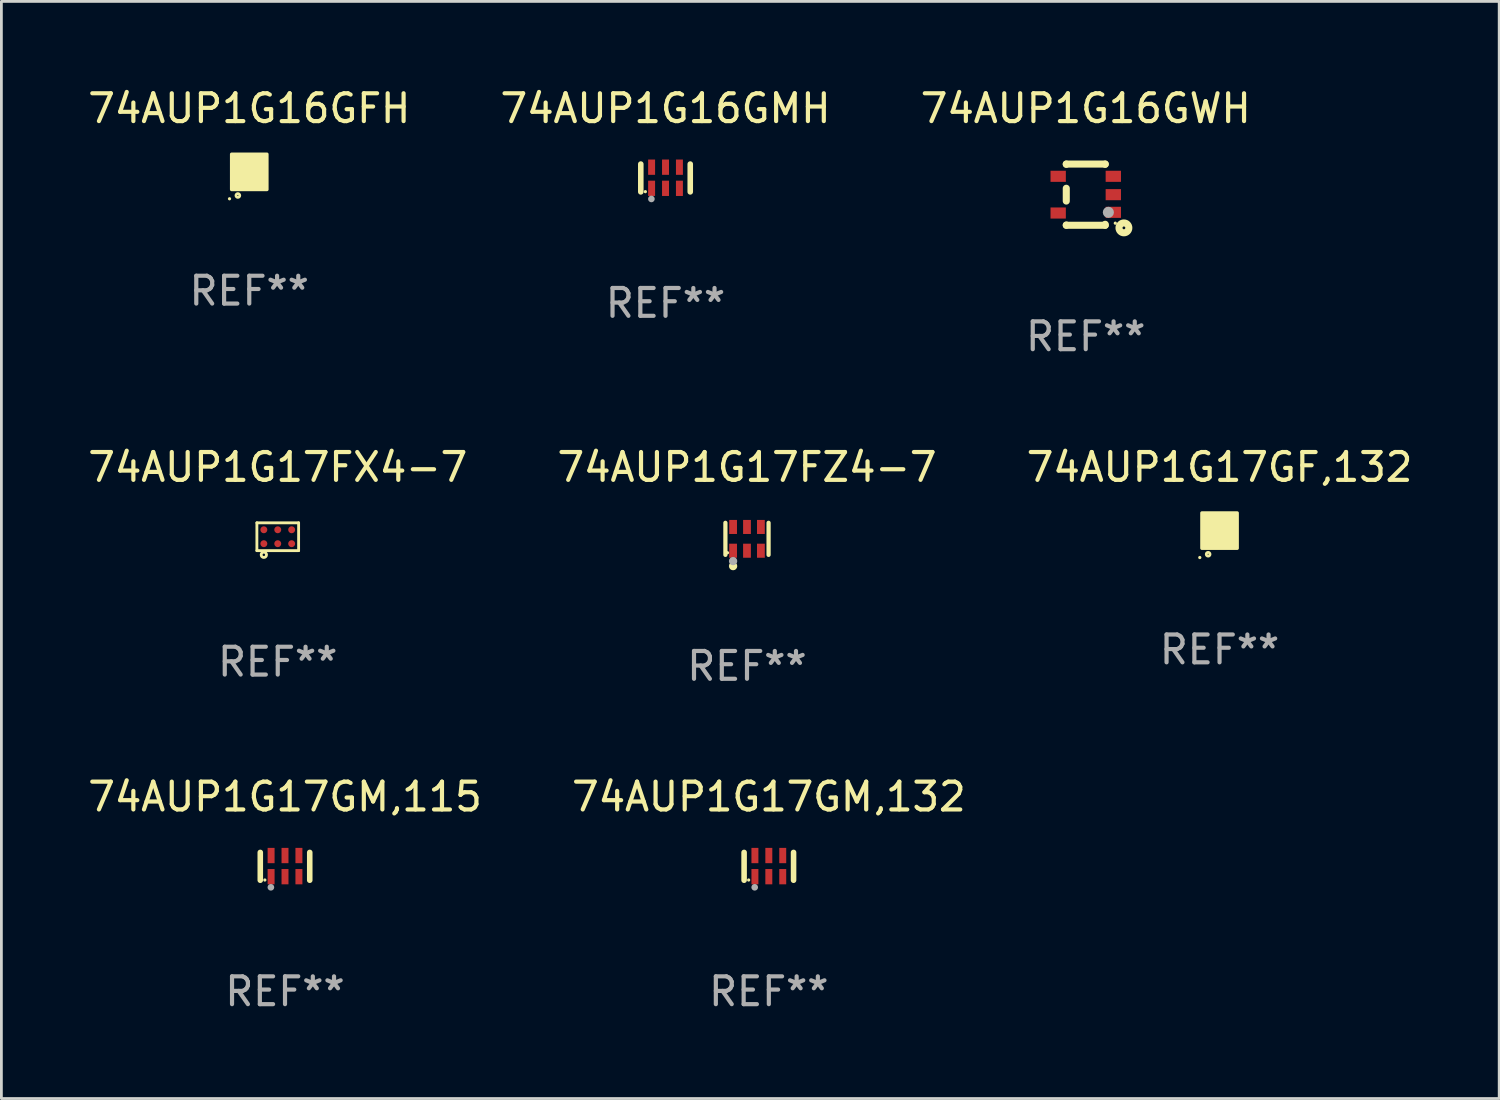
<source format=kicad_pcb>
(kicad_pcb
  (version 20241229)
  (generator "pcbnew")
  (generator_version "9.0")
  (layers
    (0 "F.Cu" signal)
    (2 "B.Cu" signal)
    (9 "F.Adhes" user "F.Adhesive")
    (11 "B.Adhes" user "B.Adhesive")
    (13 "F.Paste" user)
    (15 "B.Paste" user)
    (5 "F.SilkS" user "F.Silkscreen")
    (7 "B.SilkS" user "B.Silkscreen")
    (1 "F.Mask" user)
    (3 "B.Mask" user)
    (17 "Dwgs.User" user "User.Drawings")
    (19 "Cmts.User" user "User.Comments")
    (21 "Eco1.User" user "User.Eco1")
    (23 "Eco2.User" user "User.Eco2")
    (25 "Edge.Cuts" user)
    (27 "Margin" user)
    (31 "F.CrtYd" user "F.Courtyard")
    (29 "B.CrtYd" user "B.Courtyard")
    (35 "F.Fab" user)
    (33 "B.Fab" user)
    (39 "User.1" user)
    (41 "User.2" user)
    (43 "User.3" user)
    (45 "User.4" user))
  (footprint "74AUP1G17FZ4-7"
    (layer "F.Cu")
    (at 23.804 16.321)
    (property "Reference" "74AUP1G17FZ4-7" (at 0 -2.576 0) (layer "F.SilkS") (effects (font (size 1 1) (thickness 0.15))))
    (attr through_hole)
    (fp_line (start -0.776 0.576) (end -0.776 -0.576) (stroke (width 0.152) (type solid)) (layer "F.SilkS"))
    (fp_line (start 0.776 0.576) (end 0.776 -0.576) (stroke (width 0.152) (type solid)) (layer "F.SilkS"))
    (fp_circle (center -0.7 0.5) (end -0.67 0.5) (stroke (width 0.06) (type solid)) (fill no) (layer "F.SilkS"))
    (fp_circle (center -0.5 0.98) (end -0.425 0.98) (stroke (width 0.15) (type solid)) (fill no) (layer "F.SilkS"))
    (fp_circle (center -0.5 0.8) (end -0.425 0.8) (stroke (width 0.15) (type solid)) (fill no) (layer "F.Fab"))
    (fp_text user "REF**" (at 0 4.576 0) (layer "F.Fab") (effects (font (size 1 1) (thickness 0.15))))
    (pad "1" smd rect (at -0.5 0.427) (size 0.28 0.505) (layers "F.Cu" "F.Mask" "F.Paste"))
    (pad "2" smd rect (at 0 0.427) (size 0.28 0.505) (layers "F.Cu" "F.Mask" "F.Paste"))
    (pad "3" smd rect (at 0.5 0.427) (size 0.28 0.505) (layers "F.Cu" "F.Mask" "F.Paste"))
    (pad "4" smd rect (at 0.5 -0.427) (size 0.28 0.505) (layers "F.Cu" "F.Mask" "F.Paste"))
    (pad "5" smd rect (at 0 -0.427) (size 0.28 0.505) (layers "F.Cu" "F.Mask" "F.Paste"))
    (pad "6" smd rect (at -0.5 -0.427) (size 0.28 0.505) (layers "F.Cu" "F.Mask" "F.Paste")))
  (footprint "74AUP1G16GMH"
    (layer "F.Cu")
    (at 20.875 3.348)
    (property "Reference" "74AUP1G16GMH" (at 0 -2.5 0) (layer "F.SilkS") (effects (font (size 1 1) (thickness 0.15))))
    (attr through_hole)
    (fp_line (start -0.889 0.5) (end -0.889 -0.5) (stroke (width 0.2) (type solid)) (layer "F.SilkS"))
    (fp_line (start 0.889 0.5) (end 0.889 -0.5) (stroke (width 0.2) (type solid)) (layer "F.SilkS"))
    (fp_circle (center -0.725 0.492) (end -0.695 0.492) (stroke (width 0.06) (type solid)) (fill no) (layer "F.SilkS"))
    (fp_circle (center -0.508 0.754) (end -0.448 0.754) (stroke (width 0.12) (type solid)) (fill no) (layer "F.Fab"))
    (fp_text user "REF**" (at 0 4.5 0) (layer "F.Fab") (effects (font (size 1 1) (thickness 0.15))))
    (pad "1" smd rect (at -0.5 0.372) (size 0.25 0.55) (layers "F.Cu" "F.Mask" "F.Paste"))
    (pad "2" smd rect (at -0.000127 0.372) (size 0.25 0.55) (layers "F.Cu" "F.Mask" "F.Paste"))
    (pad "3" smd rect (at 0.5 0.372) (size 0.25 0.55) (layers "F.Cu" "F.Mask" "F.Paste"))
    (pad "4" smd rect (at 0.5 -0.388 180) (size 0.25 0.55) (layers "F.Cu" "F.Mask" "F.Paste"))
    (pad "5" smd rect (at -0.000127 -0.388 180) (size 0.25 0.55) (layers "F.Cu" "F.Mask" "F.Paste"))
    (pad "6" smd rect (at -0.5 -0.388 180) (size 0.25 0.55) (layers "F.Cu" "F.Mask" "F.Paste")))
  (footprint "74AUP1G17GM,115"
    (layer "F.Cu")
    (at 7.196 28.094)
    (property "Reference" "74AUP1G17GM,115" (at 0 -2.5 0) (layer "F.SilkS") (effects (font (size 1 1) (thickness 0.15))))
    (attr through_hole)
    (fp_line (start -0.889 0.5) (end -0.889 -0.5) (stroke (width 0.2) (type solid)) (layer "F.SilkS"))
    (fp_line (start 0.889 0.5) (end 0.889 -0.5) (stroke (width 0.2) (type solid)) (layer "F.SilkS"))
    (fp_circle (center -0.725 0.492) (end -0.695 0.492) (stroke (width 0.06) (type solid)) (fill no) (layer "F.SilkS"))
    (fp_circle (center -0.508 0.754) (end -0.448 0.754) (stroke (width 0.12) (type solid)) (fill no) (layer "F.Fab"))
    (fp_text user "REF**" (at 0 4.5 0) (layer "F.Fab") (effects (font (size 1 1) (thickness 0.15))))
    (pad "1" smd rect (at -0.5 0.372) (size 0.25 0.55) (layers "F.Cu" "F.Mask" "F.Paste"))
    (pad "2" smd rect (at -0.000127 0.372) (size 0.25 0.55) (layers "F.Cu" "F.Mask" "F.Paste"))
    (pad "3" smd rect (at 0.5 0.372) (size 0.25 0.55) (layers "F.Cu" "F.Mask" "F.Paste"))
    (pad "4" smd rect (at 0.5 -0.388 180) (size 0.25 0.55) (layers "F.Cu" "F.Mask" "F.Paste"))
    (pad "5" smd rect (at -0.000127 -0.388 180) (size 0.25 0.55) (layers "F.Cu" "F.Mask" "F.Paste"))
    (pad "6" smd rect (at -0.5 -0.388 180) (size 0.25 0.55) (layers "F.Cu" "F.Mask" "F.Paste")))
  (footprint "74AUP1G17GM,132"
    (layer "F.Cu")
    (at 24.589 28.094)
    (property "Reference" "74AUP1G17GM,132" (at 0 -2.5 0) (layer "F.SilkS") (effects (font (size 1 1) (thickness 0.15))))
    (attr through_hole)
    (fp_line (start -0.889 0.5) (end -0.889 -0.5) (stroke (width 0.2) (type solid)) (layer "F.SilkS"))
    (fp_line (start 0.889 0.5) (end 0.889 -0.5) (stroke (width 0.2) (type solid)) (layer "F.SilkS"))
    (fp_circle (center -0.725 0.492) (end -0.695 0.492) (stroke (width 0.06) (type solid)) (fill no) (layer "F.SilkS"))
    (fp_circle (center -0.508 0.754) (end -0.448 0.754) (stroke (width 0.12) (type solid)) (fill no) (layer "F.Fab"))
    (fp_text user "REF**" (at 0 4.5 0) (layer "F.Fab") (effects (font (size 1 1) (thickness 0.15))))
    (pad "1" smd rect (at -0.5 0.372) (size 0.25 0.55) (layers "F.Cu" "F.Mask" "F.Paste"))
    (pad "2" smd rect (at -0.000127 0.372) (size 0.25 0.55) (layers "F.Cu" "F.Mask" "F.Paste"))
    (pad "3" smd rect (at 0.5 0.372) (size 0.25 0.55) (layers "F.Cu" "F.Mask" "F.Paste"))
    (pad "4" smd rect (at 0.5 -0.388 180) (size 0.25 0.55) (layers "F.Cu" "F.Mask" "F.Paste"))
    (pad "5" smd rect (at -0.000127 -0.388 180) (size 0.25 0.55) (layers "F.Cu" "F.Mask" "F.Paste"))
    (pad "6" smd rect (at -0.5 -0.388 180) (size 0.25 0.55) (layers "F.Cu" "F.Mask" "F.Paste")))
  (footprint "74AUP1G17FX4-7"
    (layer "F.Cu")
    (at 6.935 16.245)
    (property "Reference" "74AUP1G17FX4-7" (at 0 -2.5 0) (layer "F.SilkS") (effects (font (size 1 1) (thickness 0.15))))
    (attr through_hole)
    (fp_line (start -0.75 -0.5) (end 0.75 -0.5) (stroke (width 0.102) (type solid)) (layer "F.SilkS"))
    (fp_line (start -0.75 0.5) (end -0.75 -0.5) (stroke (width 0.102) (type solid)) (layer "F.SilkS"))
    (fp_line (start -0.75 0.5) (end 0.75 0.5) (stroke (width 0.102) (type solid)) (layer "F.SilkS"))
    (fp_line (start 0.75 -0.5) (end 0.75 0.5) (stroke (width 0.102) (type solid)) (layer "F.SilkS"))
    (fp_circle (center -0.5 0.65) (end -0.455 0.65) (stroke (width 0.102) (type solid)) (fill no) (layer "F.SilkS"))
    (fp_text user "REF**" (at 0 4.5 0) (layer "F.Fab") (effects (font (size 1 1) (thickness 0.15))))
    (pad "1" smd circle (at -0.5 0.25) (size 0.25 0.25) (layers "F.Cu" "F.Mask" "F.Paste"))
    (pad "2" smd circle (at 0 0.25) (size 0.25 0.25) (layers "F.Cu" "F.Mask" "F.Paste"))
    (pad "3" smd circle (at 0.5 0.25) (size 0.25 0.25) (layers "F.Cu" "F.Mask" "F.Paste"))
    (pad "4" smd circle (at 0.5 -0.25) (size 0.25 0.25) (layers "F.Cu" "F.Mask" "F.Paste"))
    (pad "5" smd circle (at 0 -0.25) (size 0.25 0.25) (layers "F.Cu" "F.Mask" "F.Paste"))
    (pad "6" smd circle (at -0.5 -0.25) (size 0.25 0.25) (layers "F.Cu" "F.Mask" "F.Paste")))
  (footprint "74AUP1G16GWH"
    (layer "F.Cu")
    (at 35.982 3.948)
    (property "Reference" "74AUP1G16GWH" (at 0 -3.1 0) (layer "F.SilkS") (effects (font (size 1 1) (thickness 0.15))))
    (attr through_hole)
    (fp_line (start -0.7 -1.1) (end 0.7 -1.1) (stroke (width 0.254) (type solid)) (layer "F.SilkS"))
    (fp_line (start -0.7 -1.09) (end -0.7 -1.1) (stroke (width 0.254) (type solid)) (layer "F.SilkS"))
    (fp_line (start -0.7 0.23) (end -0.7 -0.23) (stroke (width 0.254) (type solid)) (layer "F.SilkS"))
    (fp_line (start -0.7 1.1) (end -0.7 1.09) (stroke (width 0.254) (type solid)) (layer "F.SilkS"))
    (fp_line (start -0.7 1.1) (end 0.7 1.1) (stroke (width 0.254) (type solid)) (layer "F.SilkS"))
    (fp_line (start 0.7 -1.09) (end 0.7 -1.1) (stroke (width 0.254) (type solid)) (layer "F.SilkS"))
    (fp_line (start 0.7 1.1) (end 0.7 1.065) (stroke (width 0.254) (type solid)) (layer "F.SilkS"))
    (fp_circle (center 1.062 1.025) (end 1.092 1.025) (stroke (width 0.06) (type solid)) (fill no) (layer "F.SilkS"))
    (fp_circle (center 1.372 1.194) (end 1.422 1.194) (stroke (width 0.254) (type solid)) (fill no) (layer "F.SilkS"))
    (fp_circle (center 0.813 0.635) (end 0.913 0.635) (stroke (width 0.2) (type solid)) (fill no) (layer "F.Fab"))
    (fp_text user "REF**" (at 0 5.1 0) (layer "F.Fab") (effects (font (size 1 1) (thickness 0.15))))
    (pad "1" smd rect (at 0.991 0.635 270) (size 0.399 0.551) (layers "F.Cu" "F.Mask" "F.Paste"))
    (pad "2" smd rect (at 0.991 0.000051 270) (size 0.399 0.551) (layers "F.Cu" "F.Mask" "F.Paste"))
    (pad "3" smd rect (at 0.991 -0.66 270) (size 0.399 0.551) (layers "F.Cu" "F.Mask" "F.Paste"))
    (pad "4" smd rect (at -0.991 -0.66 270) (size 0.399 0.551) (layers "F.Cu" "F.Mask" "F.Paste"))
    (pad "5" smd rect (at -0.991 0.66 270) (size 0.399 0.551) (layers "F.Cu" "F.Mask" "F.Paste")))
  (footprint "74AUP1G16GFH"
    (layer "F.Cu")
    (at 5.911 3.128)
    (property "Reference" "74AUP1G16GFH" (at 0 -2.28 0) (layer "F.SilkS") (effects (font (size 1 1) (thickness 0.15))))
    (attr through_hole)
    (fp_circle (center -0.71 0.968) (end -0.68 0.968) (stroke (width 0.06) (type solid)) (fill no) (layer "F.SilkS"))
    (fp_circle (center -0.41 0.85) (end -0.342 0.85) (stroke (width 0.1) (type solid)) (fill no) (layer "F.SilkS"))
    (fp_poly (pts (xy -0.635 -0.635) (xy 0.635 -0.635) (xy 0.635 0.635) (xy -0.635 0.635)) (stroke (width 0.12) (type solid)) (fill yes) (layer "F.SilkS"))
    (fp_text user "REF**" (at 0 4.28 0) (layer "F.Fab") (effects (font (size 1 1) (thickness 0.15))))
    (pad "1" smd rect (at -0.35 0.28 90) (size 0.35 0.2) (layers "F.Cu" "F.Mask" "F.Paste"))
    (pad "2" smd rect (at 0 0.28 90) (size 0.35 0.2) (layers "F.Cu" "F.Mask" "F.Paste"))
    (pad "3" smd rect (at 0.35 0.28 90) (size 0.35 0.2) (layers "F.Cu" "F.Mask" "F.Paste"))
    (pad "4" smd rect (at 0.35 -0.28 90) (size 0.35 0.2) (layers "F.Cu" "F.Mask" "F.Paste"))
    (pad "5" smd rect (at 0 -0.28 90) (size 0.35 0.2) (layers "F.Cu" "F.Mask" "F.Paste"))
    (pad "6" smd rect (at -0.35 -0.28 90) (size 0.35 0.2) (layers "F.Cu" "F.Mask" "F.Paste")))
  (footprint "74AUP1G17GF,132"
    (layer "F.Cu")
    (at 40.792 16.025)
    (property "Reference" "74AUP1G17GF,132" (at 0 -2.28 0) (layer "F.SilkS") (effects (font (size 1 1) (thickness 0.15))))
    (attr through_hole)
    (fp_circle (center -0.71 0.968) (end -0.68 0.968) (stroke (width 0.06) (type solid)) (fill no) (layer "F.SilkS"))
    (fp_circle (center -0.41 0.85) (end -0.342 0.85) (stroke (width 0.1) (type solid)) (fill no) (layer "F.SilkS"))
    (fp_poly (pts (xy -0.635 -0.635) (xy 0.635 -0.635) (xy 0.635 0.635) (xy -0.635 0.635)) (stroke (width 0.12) (type solid)) (fill yes) (layer "F.SilkS"))
    (fp_text user "REF**" (at 0 4.28 0) (layer "F.Fab") (effects (font (size 1 1) (thickness 0.15))))
    (pad "1" smd rect (at -0.35 0.28 90) (size 0.35 0.2) (layers "F.Cu" "F.Mask" "F.Paste"))
    (pad "2" smd rect (at 0 0.28 90) (size 0.35 0.2) (layers "F.Cu" "F.Mask" "F.Paste"))
    (pad "3" smd rect (at 0.35 0.28 90) (size 0.35 0.2) (layers "F.Cu" "F.Mask" "F.Paste"))
    (pad "4" smd rect (at 0.35 -0.28 90) (size 0.35 0.2) (layers "F.Cu" "F.Mask" "F.Paste"))
    (pad "5" smd rect (at 0 -0.28 90) (size 0.35 0.2) (layers "F.Cu" "F.Mask" "F.Paste"))
    (pad "6" smd rect (at -0.35 -0.28 90) (size 0.35 0.2) (layers "F.Cu" "F.Mask" "F.Paste")))
  (gr_rect
    (start -3 -3)
    (end 50.845 36.442)
    (stroke (width 0.1) (type default))
    (fill no)
    (layer "Edge.Cuts")))
</source>
